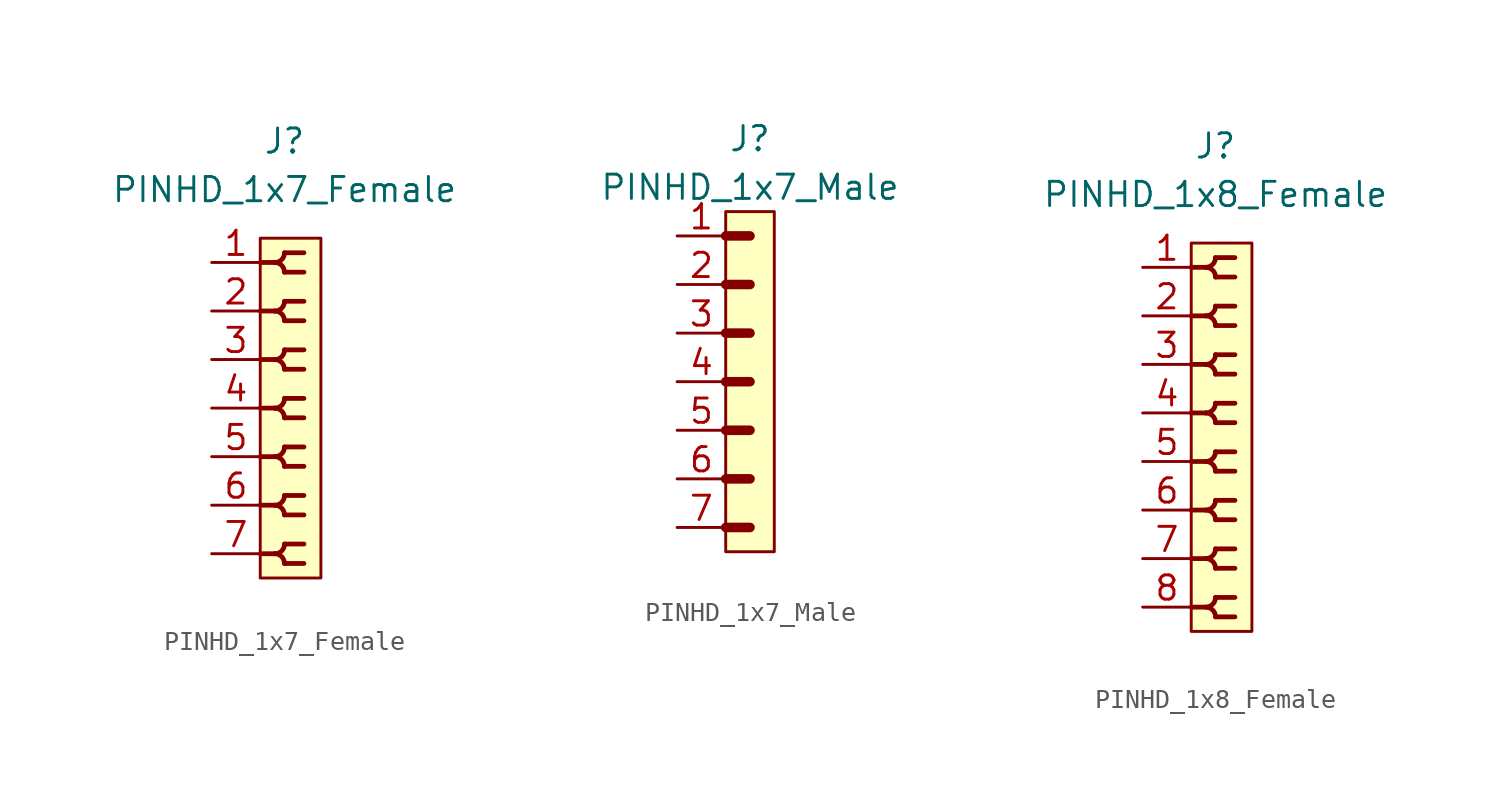
<source format=kicad_sym>
(kicad_symbol_lib
  (version 20211014)
  (generator kicad_symbol_editor)
  (symbol "PINHD_1x7_Female"
    (property "Reference" "J"
      (at 0 13.97 0)
      (effects (font (size 1.27 1.27))))
    (property "Value" "PINHD_1x7_Female"
      (at 0 11.43 0)
      (effects (font (size 1.27 1.27))))
    (symbol "PINHD_1x7_Female_0_1"
      (rectangle (start -1.27 8.89) (end 1.905 -8.89) (stroke (width 0) (type default) (color 0 0 0 0)) (fill (type background)))
      (arc (start -0.508 -7.62) (mid 0.3592 -7.9792) (end 0 -7.112) (stroke (width 0.25) (type default) (color 0 0 0 0)) (fill (type none)))
      (arc (start -0.508 -5.08) (mid 0.3592 -5.4392) (end 0 -4.572) (stroke (width 0.25) (type default) (color 0 0 0 0)) (fill (type none)))
      (arc (start -0.508 -2.54) (mid 0.3592 -2.8992) (end 0 -2.032) (stroke (width 0.25) (type default) (color 0 0 0 0)) (fill (type none)))
      (arc (start -0.508 0) (mid 0.3592 -0.3592) (end 0 0.508) (stroke (width 0.25) (type default) (color 0 0 0 0)) (fill (type none)))
      (arc (start -0.508 2.54) (mid 0.3592 2.1808) (end 0 3.048) (stroke (width 0.25) (type default) (color 0 0 0 0)) (fill (type none)))
      (arc (start -0.508 5.08) (mid 0.3592 4.7208) (end 0 5.588) (stroke (width 0.25) (type default) (color 0 0 0 0)) (fill (type none)))
      (arc (start -0.508 7.62) (mid 0.3592 7.2608) (end 0 8.128) (stroke (width 0.25) (type default) (color 0 0 0 0)) (fill (type none)))
      (arc (start 0 -8.128) (mid 0.3592 -7.2608) (end -0.508 -7.62) (stroke (width 0.25) (type default) (color 0 0 0 0)) (fill (type none)))
      (arc (start 0 -5.588) (mid 0.3592 -4.7208) (end -0.508 -5.08) (stroke (width 0.25) (type default) (color 0 0 0 0)) (fill (type none)))
      (arc (start 0 -3.048) (mid 0.3592 -2.1808) (end -0.508 -2.54) (stroke (width 0.25) (type default) (color 0 0 0 0)) (fill (type none)))
      (arc (start 0 -0.508) (mid 0.3592 0.3592) (end -0.508 0) (stroke (width 0.25) (type default) (color 0 0 0 0)) (fill (type none)))
      (polyline (pts (xy -1.27 -7.62) (xy -0.508 -7.62)) (stroke (width 0.25) (type default) (color 0 0 0 0)) (fill (type none)))
      (polyline (pts (xy -1.27 -5.08) (xy -0.508 -5.08)) (stroke (width 0.25) (type default) (color 0 0 0 0)) (fill (type none)))
      (polyline (pts (xy -1.27 -2.54) (xy -0.508 -2.54)) (stroke (width 0.25) (type default) (color 0 0 0 0)) (fill (type none)))
      (polyline (pts (xy -1.27 0) (xy -0.508 0)) (stroke (width 0.25) (type default) (color 0 0 0 0)) (fill (type none)))
      (polyline (pts (xy -1.27 2.54) (xy -0.508 2.54)) (stroke (width 0.25) (type default) (color 0 0 0 0)) (fill (type none)))
      (polyline (pts (xy -1.27 5.08) (xy -0.508 5.08)) (stroke (width 0.25) (type default) (color 0 0 0 0)) (fill (type none)))
      (polyline (pts (xy -1.27 7.62) (xy -0.508 7.62)) (stroke (width 0.25) (type default) (color 0 0 0 0)) (fill (type none)))
      (polyline (pts (xy 0 -8.128) (xy 1.016 -8.128)) (stroke (width 0.25) (type default) (color 0 0 0 0)) (fill (type none)))
      (polyline (pts (xy 0 -7.112) (xy 1.016 -7.112)) (stroke (width 0.25) (type default) (color 0 0 0 0)) (fill (type none)))
      (polyline (pts (xy 0 -5.588) (xy 1.016 -5.588)) (stroke (width 0.25) (type default) (color 0 0 0 0)) (fill (type none)))
      (polyline (pts (xy 0 -4.572) (xy 1.016 -4.572)) (stroke (width 0.25) (type default) (color 0 0 0 0)) (fill (type none)))
      (polyline (pts (xy 0 -3.048) (xy 1.016 -3.048)) (stroke (width 0.25) (type default) (color 0 0 0 0)) (fill (type none)))
      (polyline (pts (xy 0 -2.032) (xy 1.016 -2.032)) (stroke (width 0.25) (type default) (color 0 0 0 0)) (fill (type none)))
      (polyline (pts (xy 0 -0.508) (xy 1.016 -0.508)) (stroke (width 0.25) (type default) (color 0 0 0 0)) (fill (type none)))
      (polyline (pts (xy 0 0.508) (xy 1.016 0.508)) (stroke (width 0.25) (type default) (color 0 0 0 0)) (fill (type none)))
      (polyline (pts (xy 0 2.032) (xy 1.016 2.032)) (stroke (width 0.25) (type default) (color 0 0 0 0)) (fill (type none)))
      (polyline (pts (xy 0 3.048) (xy 1.016 3.048)) (stroke (width 0.25) (type default) (color 0 0 0 0)) (fill (type none)))
      (polyline (pts (xy 0 4.572) (xy 1.016 4.572)) (stroke (width 0.25) (type default) (color 0 0 0 0)) (fill (type none)))
      (polyline (pts (xy 0 5.588) (xy 1.016 5.588)) (stroke (width 0.25) (type default) (color 0 0 0 0)) (fill (type none)))
      (polyline (pts (xy 0 7.112) (xy 1.016 7.112)) (stroke (width 0.25) (type default) (color 0 0 0 0)) (fill (type none)))
      (polyline (pts (xy 0 8.128) (xy 1.016 8.128)) (stroke (width 0.25) (type default) (color 0 0 0 0)) (fill (type none)))
      (arc (start 0 2.032) (mid 0.3592 2.8992) (end -0.508 2.54) (stroke (width 0.25) (type default) (color 0 0 0 0)) (fill (type none)))
      (arc (start 0 4.572) (mid 0.3592 5.4392) (end -0.508 5.08) (stroke (width 0.25) (type default) (color 0 0 0 0)) (fill (type none)))
      (arc (start 0 7.112) (mid 0.3592 7.9792) (end -0.508 7.62) (stroke (width 0.25) (type default) (color 0 0 0 0)) (fill (type none))))
    (symbol "PINHD_1x7_Female_1_1"
      (pin passive line (at -3.81 7.62 0) (length 2.54) (name "" (effects (font (size 1.27 1.27)))) (number "1" (effects (font (size 1.27 1.27)))))
      (pin passive line (at -3.81 5.08 0) (length 2.54) (name "" (effects (font (size 1.27 1.27)))) (number "2" (effects (font (size 1.27 1.27)))))
      (pin passive line (at -3.81 2.54 0) (length 2.54) (name "" (effects (font (size 1.27 1.27)))) (number "3" (effects (font (size 1.27 1.27)))))
      (pin passive line (at -3.81 0 0) (length 2.54) (name "" (effects (font (size 1.27 1.27)))) (number "4" (effects (font (size 1.27 1.27)))))
      (pin passive line (at -3.81 -2.54 0) (length 2.54) (name "" (effects (font (size 1.27 1.27)))) (number "5" (effects (font (size 1.27 1.27)))))
      (pin passive line (at -3.81 -5.08 0) (length 2.54) (name "" (effects (font (size 1.27 1.27)))) (number "6" (effects (font (size 1.27 1.27)))))
      (pin passive line (at -3.81 -7.62 0) (length 2.54) (name "" (effects (font (size 1.27 1.27)))) (number "7" (effects (font (size 1.27 1.27)))))))
  (symbol "PINHD_1x7_Male"
    (property "Reference" "J"
      (at 0 12.7 0)
      (effects (font (size 1.27 1.27))))
    (property "Value" "PINHD_1x7_Male"
      (at 0 10.16 0)
      (effects (font (size 1.27 1.27))))
    (symbol "PINHD_1x7_Male_0_1"
      (rectangle (start -1.27 8.89) (end 1.27 -8.89) (stroke (width 0) (type default) (color 0 0 0 0)) (fill (type background)))
      (polyline (pts (xy -1.27 -7.62) (xy 0 -7.62)) (stroke (width 0.3) (type default) (color 0 0 0 0)) (fill (type none)))
      (polyline (pts (xy -1.27 -7.62) (xy 0 -7.62)) (stroke (width 0.5) (type default) (color 0 0 0 0)) (fill (type none)))
      (polyline (pts (xy -1.27 -5.08) (xy 0 -5.08)) (stroke (width 0.3) (type default) (color 0 0 0 0)) (fill (type none)))
      (polyline (pts (xy -1.27 -5.08) (xy 0 -5.08)) (stroke (width 0.5) (type default) (color 0 0 0 0)) (fill (type none)))
      (polyline (pts (xy -1.27 -2.54) (xy 0 -2.54)) (stroke (width 0.3) (type default) (color 0 0 0 0)) (fill (type none)))
      (polyline (pts (xy -1.27 -2.54) (xy 0 -2.54)) (stroke (width 0.5) (type default) (color 0 0 0 0)) (fill (type none)))
      (polyline (pts (xy -1.27 0) (xy 0 0)) (stroke (width 0.3) (type default) (color 0 0 0 0)) (fill (type none)))
      (polyline (pts (xy -1.27 0) (xy 0 0)) (stroke (width 0.5) (type default) (color 0 0 0 0)) (fill (type none)))
      (polyline (pts (xy -1.27 2.54) (xy 0 2.54)) (stroke (width 0.3) (type default) (color 0 0 0 0)) (fill (type none)))
      (polyline (pts (xy -1.27 2.54) (xy 0 2.54)) (stroke (width 0.5) (type default) (color 0 0 0 0)) (fill (type none)))
      (polyline (pts (xy -1.27 5.08) (xy 0 5.08)) (stroke (width 0.3) (type default) (color 0 0 0 0)) (fill (type none)))
      (polyline (pts (xy -1.27 5.08) (xy 0 5.08)) (stroke (width 0.5) (type default) (color 0 0 0 0)) (fill (type none)))
      (polyline (pts (xy -1.27 7.62) (xy 0 7.62)) (stroke (width 0.3) (type default) (color 0 0 0 0)) (fill (type none)))
      (polyline (pts (xy -1.27 7.62) (xy 0 7.62)) (stroke (width 0.5) (type default) (color 0 0 0 0)) (fill (type none))))
    (symbol "PINHD_1x7_Male_1_1"
      (pin passive line (at -3.81 7.62 0) (length 2.54) (name "" (effects (font (size 1.27 1.27)))) (number "1" (effects (font (size 1.27 1.27)))))
      (pin passive line (at -3.81 5.08 0) (length 2.54) (name "" (effects (font (size 1.27 1.27)))) (number "2" (effects (font (size 1.27 1.27)))))
      (pin passive line (at -3.81 2.54 0) (length 2.54) (name "" (effects (font (size 1.27 1.27)))) (number "3" (effects (font (size 1.27 1.27)))))
      (pin passive line (at -3.81 0 0) (length 2.54) (name "" (effects (font (size 1.27 1.27)))) (number "4" (effects (font (size 1.27 1.27)))))
      (pin passive line (at -3.81 -2.54 0) (length 2.54) (name "" (effects (font (size 1.27 1.27)))) (number "5" (effects (font (size 1.27 1.27)))))
      (pin passive line (at -3.81 -5.08 0) (length 2.54) (name "" (effects (font (size 1.27 1.27)))) (number "6" (effects (font (size 1.27 1.27)))))
      (pin passive line (at -3.81 -7.62 0) (length 2.54) (name "" (effects (font (size 1.27 1.27)))) (number "7" (effects (font (size 1.27 1.27)))))))
  (symbol "PINHD_1x8_Female"
    (property "Reference" "J"
      (at 0 15.24 0)
      (effects (font (size 1.27 1.27))))
    (property "Value" "PINHD_1x8_Female"
      (at 0 12.7 0)
      (effects (font (size 1.27 1.27))))
    (symbol "PINHD_1x8_Female_0_1"
      (rectangle (start -1.27 10.16) (end 1.905 -10.16) (stroke (width 0) (type default) (color 0 0 0 0)) (fill (type background)))
      (arc (start -0.508 -8.89) (mid 0.3592 -9.2492) (end 0 -8.382) (stroke (width 0.25) (type default) (color 0 0 0 0)) (fill (type none)))
      (arc (start -0.508 -6.35) (mid 0.3592 -6.7092) (end 0 -5.842) (stroke (width 0.25) (type default) (color 0 0 0 0)) (fill (type none)))
      (arc (start -0.508 -3.81) (mid 0.3592 -4.1692) (end 0 -3.302) (stroke (width 0.25) (type default) (color 0 0 0 0)) (fill (type none)))
      (arc (start -0.508 -1.27) (mid 0.3592 -1.6292) (end 0 -0.762) (stroke (width 0.25) (type default) (color 0 0 0 0)) (fill (type none)))
      (arc (start -0.508 1.27) (mid 0.3592 0.9108) (end 0 1.778) (stroke (width 0.25) (type default) (color 0 0 0 0)) (fill (type none)))
      (arc (start -0.508 3.81) (mid 0.3592 3.4508) (end 0 4.318) (stroke (width 0.25) (type default) (color 0 0 0 0)) (fill (type none)))
      (arc (start -0.508 6.35) (mid 0.3592 5.9908) (end 0 6.858) (stroke (width 0.25) (type default) (color 0 0 0 0)) (fill (type none)))
      (arc (start -0.508 8.89) (mid 0.3592 8.5308) (end 0 9.398) (stroke (width 0.25) (type default) (color 0 0 0 0)) (fill (type none)))
      (arc (start 0 -9.398) (mid 0.3592 -8.5308) (end -0.508 -8.89) (stroke (width 0.25) (type default) (color 0 0 0 0)) (fill (type none)))
      (arc (start 0 -6.858) (mid 0.3592 -5.9908) (end -0.508 -6.35) (stroke (width 0.25) (type default) (color 0 0 0 0)) (fill (type none)))
      (arc (start 0 -4.318) (mid 0.3592 -3.4508) (end -0.508 -3.81) (stroke (width 0.25) (type default) (color 0 0 0 0)) (fill (type none)))
      (arc (start 0 -1.778) (mid 0.3592 -0.9108) (end -0.508 -1.27) (stroke (width 0.25) (type default) (color 0 0 0 0)) (fill (type none)))
      (polyline (pts (xy -1.27 -8.89) (xy -0.508 -8.89)) (stroke (width 0.25) (type default) (color 0 0 0 0)) (fill (type none)))
      (polyline (pts (xy -1.27 -6.35) (xy -0.508 -6.35)) (stroke (width 0.25) (type default) (color 0 0 0 0)) (fill (type none)))
      (polyline (pts (xy -1.27 -3.81) (xy -0.508 -3.81)) (stroke (width 0.25) (type default) (color 0 0 0 0)) (fill (type none)))
      (polyline (pts (xy -1.27 -1.27) (xy -0.508 -1.27)) (stroke (width 0.25) (type default) (color 0 0 0 0)) (fill (type none)))
      (polyline (pts (xy -1.27 1.27) (xy -0.508 1.27)) (stroke (width 0.25) (type default) (color 0 0 0 0)) (fill (type none)))
      (polyline (pts (xy -1.27 3.81) (xy -0.508 3.81)) (stroke (width 0.25) (type default) (color 0 0 0 0)) (fill (type none)))
      (polyline (pts (xy -1.27 6.35) (xy -0.508 6.35)) (stroke (width 0.25) (type default) (color 0 0 0 0)) (fill (type none)))
      (polyline (pts (xy -1.27 8.89) (xy -0.508 8.89)) (stroke (width 0.25) (type default) (color 0 0 0 0)) (fill (type none)))
      (polyline (pts (xy 0 -9.398) (xy 1.016 -9.398)) (stroke (width 0.25) (type default) (color 0 0 0 0)) (fill (type none)))
      (polyline (pts (xy 0 -8.382) (xy 1.016 -8.382)) (stroke (width 0.25) (type default) (color 0 0 0 0)) (fill (type none)))
      (polyline (pts (xy 0 -6.858) (xy 1.016 -6.858)) (stroke (width 0.25) (type default) (color 0 0 0 0)) (fill (type none)))
      (polyline (pts (xy 0 -5.842) (xy 1.016 -5.842)) (stroke (width 0.25) (type default) (color 0 0 0 0)) (fill (type none)))
      (polyline (pts (xy 0 -4.318) (xy 1.016 -4.318)) (stroke (width 0.25) (type default) (color 0 0 0 0)) (fill (type none)))
      (polyline (pts (xy 0 -3.302) (xy 1.016 -3.302)) (stroke (width 0.25) (type default) (color 0 0 0 0)) (fill (type none)))
      (polyline (pts (xy 0 -1.778) (xy 1.016 -1.778)) (stroke (width 0.25) (type default) (color 0 0 0 0)) (fill (type none)))
      (polyline (pts (xy 0 -0.762) (xy 1.016 -0.762)) (stroke (width 0.25) (type default) (color 0 0 0 0)) (fill (type none)))
      (polyline (pts (xy 0 0.762) (xy 1.016 0.762)) (stroke (width 0.25) (type default) (color 0 0 0 0)) (fill (type none)))
      (polyline (pts (xy 0 1.778) (xy 1.016 1.778)) (stroke (width 0.25) (type default) (color 0 0 0 0)) (fill (type none)))
      (polyline (pts (xy 0 3.302) (xy 1.016 3.302)) (stroke (width 0.25) (type default) (color 0 0 0 0)) (fill (type none)))
      (polyline (pts (xy 0 4.318) (xy 1.016 4.318)) (stroke (width 0.25) (type default) (color 0 0 0 0)) (fill (type none)))
      (polyline (pts (xy 0 5.842) (xy 1.016 5.842)) (stroke (width 0.25) (type default) (color 0 0 0 0)) (fill (type none)))
      (polyline (pts (xy 0 6.858) (xy 1.016 6.858)) (stroke (width 0.25) (type default) (color 0 0 0 0)) (fill (type none)))
      (polyline (pts (xy 0 8.382) (xy 1.016 8.382)) (stroke (width 0.25) (type default) (color 0 0 0 0)) (fill (type none)))
      (polyline (pts (xy 0 9.398) (xy 1.016 9.398)) (stroke (width 0.25) (type default) (color 0 0 0 0)) (fill (type none)))
      (arc (start 0 0.762) (mid 0.3592 1.6292) (end -0.508 1.27) (stroke (width 0.25) (type default) (color 0 0 0 0)) (fill (type none)))
      (arc (start 0 3.302) (mid 0.3592 4.1692) (end -0.508 3.81) (stroke (width 0.25) (type default) (color 0 0 0 0)) (fill (type none)))
      (arc (start 0 5.842) (mid 0.3592 6.7092) (end -0.508 6.35) (stroke (width 0.25) (type default) (color 0 0 0 0)) (fill (type none)))
      (arc (start 0 8.382) (mid 0.3592 9.2492) (end -0.508 8.89) (stroke (width 0.25) (type default) (color 0 0 0 0)) (fill (type none))))
    (symbol "PINHD_1x8_Female_1_1"
      (pin passive line (at -3.81 8.89 0) (length 2.54) (name "" (effects (font (size 1.27 1.27)))) (number "1" (effects (font (size 1.27 1.27)))))
      (pin passive line (at -3.81 6.35 0) (length 2.54) (name "" (effects (font (size 1.27 1.27)))) (number "2" (effects (font (size 1.27 1.27)))))
      (pin passive line (at -3.81 3.81 0) (length 2.54) (name "" (effects (font (size 1.27 1.27)))) (number "3" (effects (font (size 1.27 1.27)))))
      (pin passive line (at -3.81 1.27 0) (length 2.54) (name "" (effects (font (size 1.27 1.27)))) (number "4" (effects (font (size 1.27 1.27)))))
      (pin passive line (at -3.81 -1.27 0) (length 2.54) (name "" (effects (font (size 1.27 1.27)))) (number "5" (effects (font (size 1.27 1.27)))))
      (pin passive line (at -3.81 -3.81 0) (length 2.54) (name "" (effects (font (size 1.27 1.27)))) (number "6" (effects (font (size 1.27 1.27)))))
      (pin passive line (at -3.81 -6.35 0) (length 2.54) (name "" (effects (font (size 1.27 1.27)))) (number "7" (effects (font (size 1.27 1.27)))))
      (pin passive line (at -3.81 -8.89 0) (length 2.54) (name "" (effects (font (size 1.27 1.27)))) (number "8" (effects (font (size 1.27 1.27))))))))
</source>
